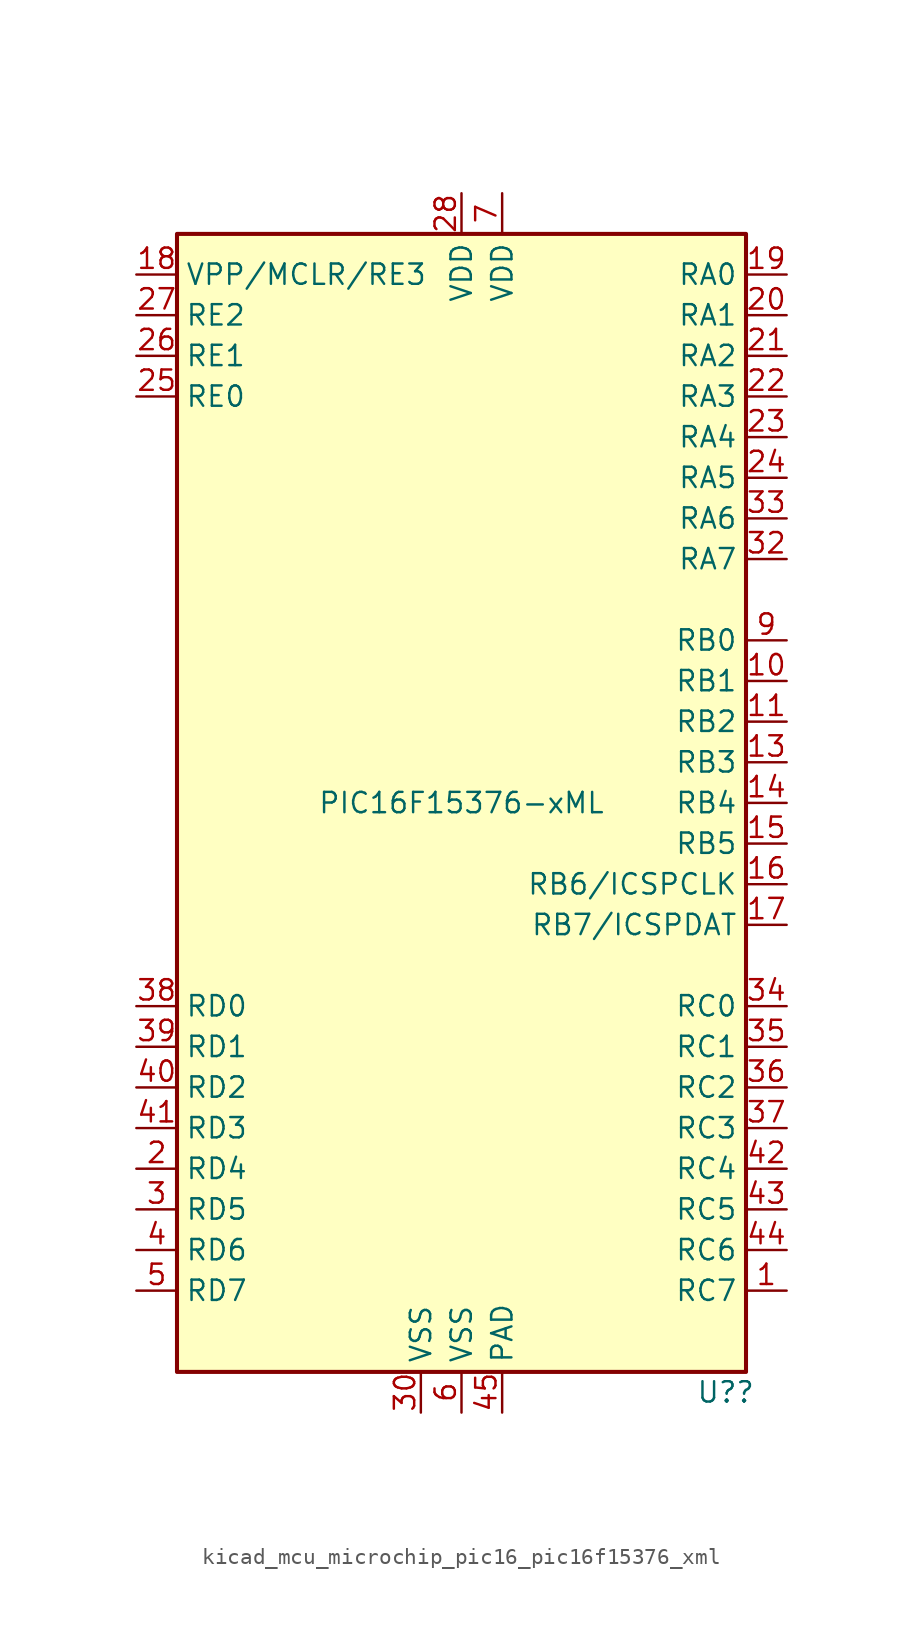
<source format=kicad_sym>
(kicad_symbol_lib
  (version 20220914)
  (generator kicad_symbol_editor)
  (symbol "kicad_mcu_microchip_pic16_pic16f15376_xml"
    (property "Reference" "U?"
      (at 16.51 -36.83 0)
      (effects (font (size 1.27 1.27))))
    (property "Value" "PIC16F15376-xML"
      (at 0 0 0)
      (effects (font (size 1.27 1.27))))
    (symbol "kicad_mcu_microchip_pic16_pic16f15376_xml_0_0"
      (pin no_connect line (at -17.78 0 0) (length 2.54) hide (name "NC" (effects (font (size 1.27 1.27)))) (number "13" (effects (font (size 1.27 1.27)))))
      (pin no_connect line (at -17.78 2.54 0) (length 2.54) hide (name "NC" (effects (font (size 1.27 1.27)))) (number "29" (effects (font (size 1.27 1.27)))))
      (pin no_connect line (at -17.78 7.62 0) (length 2.54) hide (name "NC" (effects (font (size 1.27 1.27)))) (number "31" (effects (font (size 1.27 1.27)))))
      (pin power_in line (at 2.54 -38.1 90) (length 2.54) (name "PAD" (effects (font (size 1.27 1.27)))) (number "45" (effects (font (size 1.27 1.27)))))
      (pin no_connect line (at -17.78 5.08 0) (length 2.54) hide (name "NC" (effects (font (size 1.27 1.27)))) (number "8" (effects (font (size 1.27 1.27))))))
    (symbol "kicad_mcu_microchip_pic16_pic16f15376_xml_0_1"
      (rectangle (start -17.78 35.56) (end 17.78 -35.56) (stroke (width 0.254) (type default)) (fill (type background))))
    (symbol "kicad_mcu_microchip_pic16_pic16f15376_xml_1_1"
      (pin bidirectional line (at 20.32 -30.48 180) (length 2.54) (name "RC7" (effects (font (size 1.27 1.27)))) (number "1" (effects (font (size 1.27 1.27)))))
      (pin bidirectional line (at 20.32 7.62 180) (length 2.54) (name "RB1" (effects (font (size 1.27 1.27)))) (number "10" (effects (font (size 1.27 1.27)))))
      (pin bidirectional line (at 20.32 5.08 180) (length 2.54) (name "RB2" (effects (font (size 1.27 1.27)))) (number "11" (effects (font (size 1.27 1.27)))))
      (pin bidirectional line (at 20.32 2.54 180) (length 2.54) (name "RB3" (effects (font (size 1.27 1.27)))) (number "13" (effects (font (size 1.27 1.27)))))
      (pin bidirectional line (at 20.32 0 180) (length 2.54) (name "RB4" (effects (font (size 1.27 1.27)))) (number "14" (effects (font (size 1.27 1.27)))))
      (pin bidirectional line (at 20.32 -2.54 180) (length 2.54) (name "RB5" (effects (font (size 1.27 1.27)))) (number "15" (effects (font (size 1.27 1.27)))))
      (pin bidirectional line (at 20.32 -5.08 180) (length 2.54) (name "RB6/ICSPCLK" (effects (font (size 1.27 1.27)))) (number "16" (effects (font (size 1.27 1.27)))))
      (pin bidirectional line (at 20.32 -7.62 180) (length 2.54) (name "RB7/ICSPDAT" (effects (font (size 1.27 1.27)))) (number "17" (effects (font (size 1.27 1.27)))))
      (pin bidirectional line (at -20.32 33.02 0) (length 2.54) (name "VPP/MCLR/RE3" (effects (font (size 1.27 1.27)))) (number "18" (effects (font (size 1.27 1.27)))))
      (pin bidirectional line (at 20.32 33.02 180) (length 2.54) (name "RA0" (effects (font (size 1.27 1.27)))) (number "19" (effects (font (size 1.27 1.27)))))
      (pin bidirectional line (at -20.32 -22.86 0) (length 2.54) (name "RD4" (effects (font (size 1.27 1.27)))) (number "2" (effects (font (size 1.27 1.27)))))
      (pin bidirectional line (at 20.32 30.48 180) (length 2.54) (name "RA1" (effects (font (size 1.27 1.27)))) (number "20" (effects (font (size 1.27 1.27)))))
      (pin bidirectional line (at 20.32 27.94 180) (length 2.54) (name "RA2" (effects (font (size 1.27 1.27)))) (number "21" (effects (font (size 1.27 1.27)))))
      (pin bidirectional line (at 20.32 25.4 180) (length 2.54) (name "RA3" (effects (font (size 1.27 1.27)))) (number "22" (effects (font (size 1.27 1.27)))))
      (pin bidirectional line (at 20.32 22.86 180) (length 2.54) (name "RA4" (effects (font (size 1.27 1.27)))) (number "23" (effects (font (size 1.27 1.27)))))
      (pin bidirectional line (at 20.32 20.32 180) (length 2.54) (name "RA5" (effects (font (size 1.27 1.27)))) (number "24" (effects (font (size 1.27 1.27)))))
      (pin bidirectional line (at -20.32 25.4 0) (length 2.54) (name "RE0" (effects (font (size 1.27 1.27)))) (number "25" (effects (font (size 1.27 1.27)))))
      (pin bidirectional line (at -20.32 27.94 0) (length 2.54) (name "RE1" (effects (font (size 1.27 1.27)))) (number "26" (effects (font (size 1.27 1.27)))))
      (pin bidirectional line (at -20.32 30.48 0) (length 2.54) (name "RE2" (effects (font (size 1.27 1.27)))) (number "27" (effects (font (size 1.27 1.27)))))
      (pin power_in line (at 0 38.1 270) (length 2.54) (name "VDD" (effects (font (size 1.27 1.27)))) (number "28" (effects (font (size 1.27 1.27)))))
      (pin bidirectional line (at -20.32 -25.4 0) (length 2.54) (name "RD5" (effects (font (size 1.27 1.27)))) (number "3" (effects (font (size 1.27 1.27)))))
      (pin power_in line (at -2.54 -38.1 90) (length 2.54) (name "VSS" (effects (font (size 1.27 1.27)))) (number "30" (effects (font (size 1.27 1.27)))))
      (pin bidirectional line (at 20.32 15.24 180) (length 2.54) (name "RA7" (effects (font (size 1.27 1.27)))) (number "32" (effects (font (size 1.27 1.27)))))
      (pin bidirectional line (at 20.32 17.78 180) (length 2.54) (name "RA6" (effects (font (size 1.27 1.27)))) (number "33" (effects (font (size 1.27 1.27)))))
      (pin bidirectional line (at 20.32 -12.7 180) (length 2.54) (name "RC0" (effects (font (size 1.27 1.27)))) (number "34" (effects (font (size 1.27 1.27)))))
      (pin bidirectional line (at 20.32 -15.24 180) (length 2.54) (name "RC1" (effects (font (size 1.27 1.27)))) (number "35" (effects (font (size 1.27 1.27)))))
      (pin bidirectional line (at 20.32 -17.78 180) (length 2.54) (name "RC2" (effects (font (size 1.27 1.27)))) (number "36" (effects (font (size 1.27 1.27)))))
      (pin bidirectional line (at 20.32 -20.32 180) (length 2.54) (name "RC3" (effects (font (size 1.27 1.27)))) (number "37" (effects (font (size 1.27 1.27)))))
      (pin bidirectional line (at -20.32 -12.7 0) (length 2.54) (name "RD0" (effects (font (size 1.27 1.27)))) (number "38" (effects (font (size 1.27 1.27)))))
      (pin bidirectional line (at -20.32 -15.24 0) (length 2.54) (name "RD1" (effects (font (size 1.27 1.27)))) (number "39" (effects (font (size 1.27 1.27)))))
      (pin bidirectional line (at -20.32 -27.94 0) (length 2.54) (name "RD6" (effects (font (size 1.27 1.27)))) (number "4" (effects (font (size 1.27 1.27)))))
      (pin bidirectional line (at -20.32 -17.78 0) (length 2.54) (name "RD2" (effects (font (size 1.27 1.27)))) (number "40" (effects (font (size 1.27 1.27)))))
      (pin bidirectional line (at -20.32 -20.32 0) (length 2.54) (name "RD3" (effects (font (size 1.27 1.27)))) (number "41" (effects (font (size 1.27 1.27)))))
      (pin bidirectional line (at 20.32 -22.86 180) (length 2.54) (name "RC4" (effects (font (size 1.27 1.27)))) (number "42" (effects (font (size 1.27 1.27)))))
      (pin bidirectional line (at 20.32 -25.4 180) (length 2.54) (name "RC5" (effects (font (size 1.27 1.27)))) (number "43" (effects (font (size 1.27 1.27)))))
      (pin bidirectional line (at 20.32 -27.94 180) (length 2.54) (name "RC6" (effects (font (size 1.27 1.27)))) (number "44" (effects (font (size 1.27 1.27)))))
      (pin bidirectional line (at -20.32 -30.48 0) (length 2.54) (name "RD7" (effects (font (size 1.27 1.27)))) (number "5" (effects (font (size 1.27 1.27)))))
      (pin power_in line (at 0 -38.1 90) (length 2.54) (name "VSS" (effects (font (size 1.27 1.27)))) (number "6" (effects (font (size 1.27 1.27)))))
      (pin power_in line (at 2.54 38.1 270) (length 2.54) (name "VDD" (effects (font (size 1.27 1.27)))) (number "7" (effects (font (size 1.27 1.27)))))
      (pin bidirectional line (at 20.32 10.16 180) (length 2.54) (name "RB0" (effects (font (size 1.27 1.27)))) (number "9" (effects (font (size 1.27 1.27))))))))
</source>
